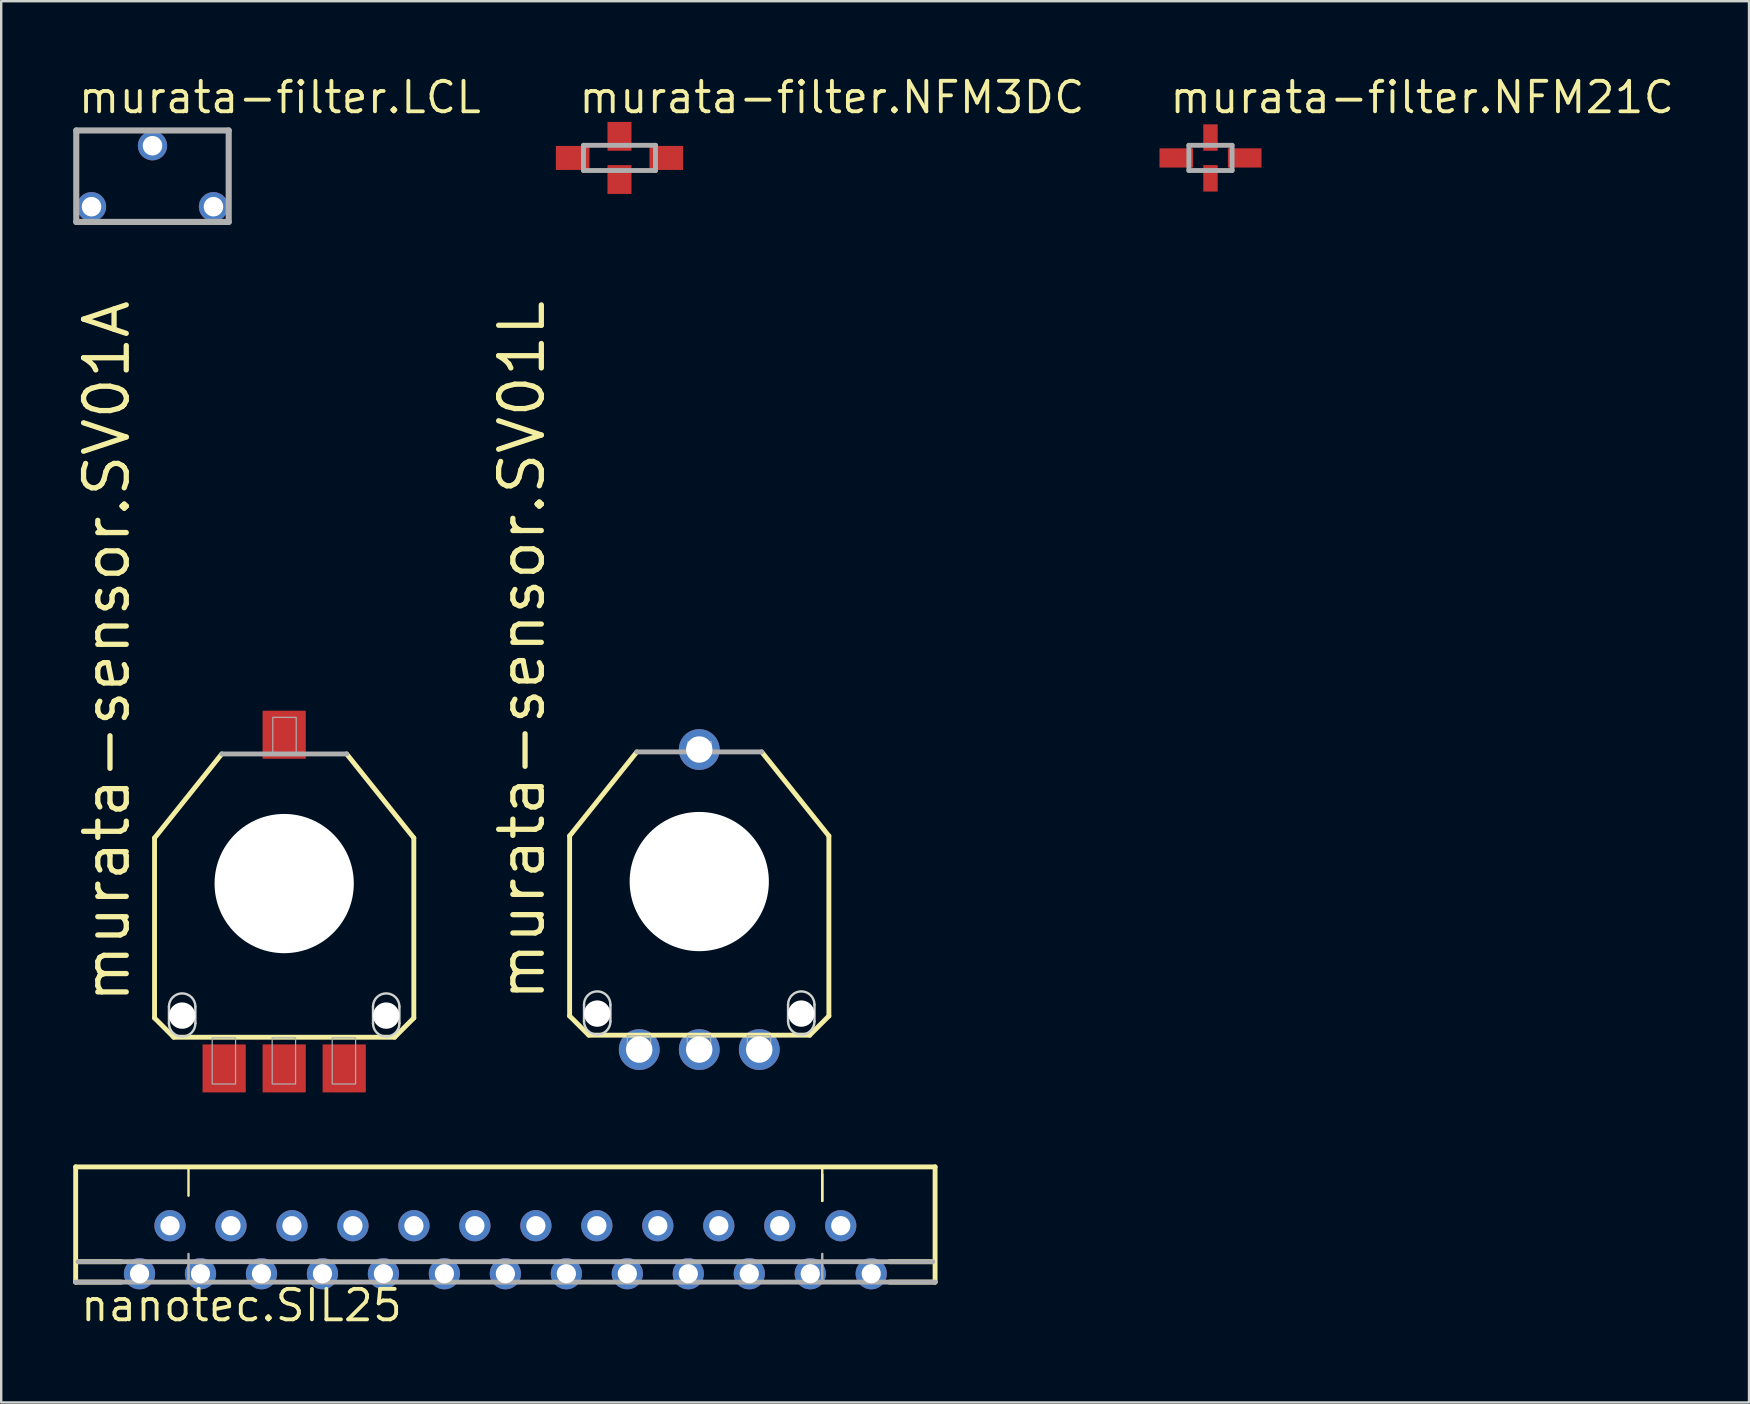
<source format=kicad_pcb>
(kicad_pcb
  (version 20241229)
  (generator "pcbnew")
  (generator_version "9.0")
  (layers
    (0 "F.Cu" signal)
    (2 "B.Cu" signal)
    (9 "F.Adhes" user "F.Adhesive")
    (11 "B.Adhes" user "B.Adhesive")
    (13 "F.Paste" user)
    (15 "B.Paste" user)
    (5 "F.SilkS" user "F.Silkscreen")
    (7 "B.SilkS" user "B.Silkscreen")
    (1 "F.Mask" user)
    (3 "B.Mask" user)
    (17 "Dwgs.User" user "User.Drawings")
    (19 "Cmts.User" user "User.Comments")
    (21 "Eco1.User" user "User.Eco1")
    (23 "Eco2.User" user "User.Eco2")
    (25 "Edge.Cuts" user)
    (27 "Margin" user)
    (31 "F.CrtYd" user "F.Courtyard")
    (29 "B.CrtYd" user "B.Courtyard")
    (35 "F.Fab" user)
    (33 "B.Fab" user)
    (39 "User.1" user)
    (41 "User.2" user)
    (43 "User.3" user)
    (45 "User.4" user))
  (footprint "murata-sensor.SV01L"
    (layer "F.Cu")
    (at 26.078 33.672)
    (property "Reference" "murata-sensor.SV01L" (at -6.35 5.08 90) (layer "F.SilkS") (effects (font (size 1.778 1.778) (thickness 0.22)) (justify left bottom)))
    (attr through_hole)
    (fp_line (start -5.4 -1.9) (end -5.4 5.6) (stroke (width 0.203) (type default)) (layer "F.SilkS"))
    (fp_line (start -5.4 5.6) (end -4.6 6.4) (stroke (width 0.203) (type default)) (layer "F.SilkS"))
    (fp_line (start -4.6 6.4) (end 4.6 6.4) (stroke (width 0.203) (type default)) (layer "F.SilkS"))
    (fp_line (start -2.6 -5.4) (end -5.4 -1.9) (stroke (width 0.203) (type default)) (layer "F.SilkS"))
    (fp_line (start 4.6 6.4) (end 5.4 5.6) (stroke (width 0.203) (type default)) (layer "F.SilkS"))
    (fp_line (start 5.4 -1.9) (end 2.6 -5.4) (stroke (width 0.203) (type default)) (layer "F.SilkS"))
    (fp_line (start 5.4 5.6) (end 5.4 -1.9) (stroke (width 0.203) (type default)) (layer "F.SilkS"))
    (fp_line (start -4.8 5.825) (end -4.8 5.125) (stroke (width 0.1) (type default)) (layer "Edge.Cuts"))
    (fp_line (start -3.7 5.125) (end -3.7 5.825) (stroke (width 0.1) (type default)) (layer "Edge.Cuts"))
    (fp_line (start 3.7 5.825) (end 3.7 5.125) (stroke (width 0.1) (type default)) (layer "Edge.Cuts"))
    (fp_line (start 4.8 5.125) (end 4.8 5.825) (stroke (width 0.1) (type default)) (layer "Edge.Cuts"))
    (fp_arc (start -4.8 5.125) (mid -4.25 4.575) (end -3.7 5.125) (stroke (width 0.1) (type default)) (layer "Edge.Cuts"))
    (fp_arc (start -3.7 5.825) (mid -4.25 6.375) (end -4.8 5.825) (stroke (width 0.1) (type default)) (layer "Edge.Cuts"))
    (fp_arc (start 3.7 5.125) (mid 4.25 4.575) (end 4.8 5.125) (stroke (width 0.1) (type default)) (layer "Edge.Cuts"))
    (fp_arc (start 4.8 5.825) (mid 4.25 6.375) (end 3.7 5.825) (stroke (width 0.1) (type default)) (layer "Edge.Cuts"))
    (fp_line (start -1.725 -1) (end 1.725 -1) (stroke (width 0.203) (type default)) (layer "F.Fab"))
    (fp_line (start 2.6 -5.4) (end -2.6 -5.4) (stroke (width 0.203) (type default)) (layer "F.Fab"))
    (fp_rect (start -3 7.15) (end -2.025 6.425) (stroke (width 0.05) (type default)) (fill no) (layer "F.Fab"))
    (fp_rect (start -0.5 7.15) (end 0.475 6.425) (stroke (width 0.05) (type default)) (fill no) (layer "F.Fab"))
    (fp_rect (start -0.475 -5.3) (end 0.5 -5.825) (stroke (width 0.05) (type default)) (fill no) (layer "F.Fab"))
    (fp_rect (start 2 7.15) (end 2.975 6.425) (stroke (width 0.05) (type default)) (fill no) (layer "F.Fab"))
    (fp_arc (start -1.725 -1) (mid 0 -1.993897) (end 1.725 -1) (stroke (width 0.2032) (type default)) (layer "F.Fab"))
    (pad "" np_thru_hole circle (at -4.25 5.5) (size 1.1 1.1) (drill 1.1) (layers "*.Cu" "*.Mask"))
    (pad "" np_thru_hole circle (at 0 0) (size 5.8 5.8) (drill 5.8) (layers "*.Cu" "*.Mask"))
    (pad "" np_thru_hole circle (at 4.25 5.5) (size 1.1 1.1) (drill 1.1) (layers "*.Cu" "*.Mask"))
    (pad "1" thru_hole circle (at -2.5 7) (size 1.7 1.7) (drill 1.1) (layers "*.Cu" "*.Mask"))
    (pad "2" thru_hole circle (at 0 7) (size 1.7 1.7) (drill 1.1) (layers "*.Cu" "*.Mask"))
    (pad "3" thru_hole circle (at 2.5 7) (size 1.7 1.7) (drill 1.1) (layers "*.Cu" "*.Mask"))
    (pad "4" thru_hole circle (at 0 -5.5) (size 1.7 1.7) (drill 1.1) (layers "*.Cu" "*.Mask")))
  (footprint "murata-filter.LCL"
    (layer "F.Cu")
    (at 3.302 4.29)
    (property "Reference" "murata-filter.LCL" (at -3.175 -2.54 0) (layer "F.SilkS") (effects (font (size 1.27 1.27) (thickness 0.16)) (justify left bottom)))
    (attr through_hole)
    (fp_line (start -3.175 -1.905) (end -3.175 1.905) (stroke (width 0.254) (type default)) (layer "F.Fab"))
    (fp_line (start -3.175 1.905) (end 3.175 1.905) (stroke (width 0.254) (type default)) (layer "F.Fab"))
    (fp_line (start 3.175 -1.905) (end -3.175 -1.905) (stroke (width 0.254) (type default)) (layer "F.Fab"))
    (fp_line (start 3.175 1.905) (end 3.175 -1.905) (stroke (width 0.254) (type default)) (layer "F.Fab"))
    (pad "0" thru_hole circle (at 0 -1.27) (size 1.219 1.219) (drill 0.813) (layers "*.Cu" "*.Mask"))
    (pad "1" thru_hole circle (at -2.54 1.27) (size 1.219 1.219) (drill 0.813) (layers "*.Cu" "*.Mask"))
    (pad "2" thru_hole circle (at 2.54 1.27) (size 1.219 1.219) (drill 0.813) (layers "*.Cu" "*.Mask")))
  (footprint "murata-filter.NFM3DC"
    (layer "F.Cu")
    (at 22.755 3.528)
    (property "Reference" "murata-filter.NFM3DC" (at -1.778 -1.778 0) (layer "F.SilkS") (effects (font (size 1.27 1.27) (thickness 0.16)) (justify left bottom)))
    (attr smd)
    (fp_line (start -1.5 -0.525) (end 1.5 -0.525) (stroke (width 0.203) (type default)) (layer "F.Fab"))
    (fp_line (start -1.5 0.525) (end -1.5 -0.525) (stroke (width 0.203) (type default)) (layer "F.Fab"))
    (fp_line (start 1.5 -0.525) (end 1.5 0.525) (stroke (width 0.203) (type default)) (layer "F.Fab"))
    (fp_line (start 1.5 0.525) (end -1.5 0.525) (stroke (width 0.203) (type default)) (layer "F.Fab"))
    (pad "1" smd roundrect (at -1.95 0) (size 1.4 1) (layers "F.Cu" "F.Mask" "F.Paste") (roundrect_rratio 0.01))
    (pad "2@1" smd roundrect (at 0 0.9) (size 1 1.2) (layers "F.Cu" "F.Mask" "F.Paste") (roundrect_rratio 0.01))
    (pad "2@2" smd roundrect (at 0 -0.9) (size 1 1.2) (layers "F.Cu" "F.Mask" "F.Paste") (roundrect_rratio 0.01))
    (pad "3" smd roundrect (at 1.95 0) (size 1.4 1) (layers "F.Cu" "F.Mask" "F.Paste") (roundrect_rratio 0.01)))
  (footprint "nanotec.SIL25"
    (layer "F.Cu")
    (at 18.002 48.008)
    (property "Reference" "nanotec.SIL25" (at -17.78 4.064 0) (layer "F.SilkS") (effects (font (size 1.27 1.27) (thickness 0.16)) (justify left bottom)))
    (attr through_hole)
    (fp_line (start -17.9 -2.45) (end -17.9 2.35) (stroke (width 0.203) (type default)) (layer "F.SilkS"))
    (fp_line (start -17.9 2.35) (end -16 2.35) (stroke (width 0.203) (type default)) (layer "F.SilkS"))
    (fp_line (start -17.8 1.5) (end -16 1.5) (stroke (width 0.203) (type default)) (layer "F.SilkS"))
    (fp_line (start -13.2 -2.35) (end -13.2 -1.033) (stroke (width 0.1) (type dash)) (layer "F.SilkS"))
    (fp_line (start 13.2 -1.033) (end 13.2 -2.4) (stroke (width 0.1) (type default)) (layer "F.SilkS"))
    (fp_line (start 13.2 -1.033) (end 13.2 -2.4) (stroke (width 0.1) (type dash)) (layer "F.SilkS"))
    (fp_line (start 16 1.5) (end 17.8 1.5) (stroke (width 0.203) (type default)) (layer "F.SilkS"))
    (fp_line (start 16 2.35) (end 17.9 2.35) (stroke (width 0.203) (type default)) (layer "F.SilkS"))
    (fp_line (start 17.9 -2.45) (end -17.9 -2.45) (stroke (width 0.203) (type default)) (layer "F.SilkS"))
    (fp_line (start 17.9 2.35) (end 17.9 -2.45) (stroke (width 0.203) (type default)) (layer "F.SilkS"))
    (fp_line (start -17.9 2.35) (end 17.9 2.35) (stroke (width 0.203) (type default)) (layer "F.Fab"))
    (fp_line (start -17.8 1.5) (end 17.8 1.5) (stroke (width 0.203) (type default)) (layer "F.Fab"))
    (fp_line (start -13.2 2.275) (end -13.2 1.008) (stroke (width 0.1) (type dash)) (layer "F.Fab"))
    (fp_line (start 13.2 2.275) (end 13.2 1.058) (stroke (width 0.1) (type dash)) (layer "F.Fab"))
    (pad "1" thru_hole circle (at -15.24 2 90) (size 1.3 1.3) (drill 0.8) (layers "*.Cu" "*.Mask"))
    (pad "2" thru_hole circle (at -13.97 0 90) (size 1.3 1.3) (drill 0.8) (layers "*.Cu" "*.Mask"))
    (pad "3" thru_hole circle (at -12.7 2 90) (size 1.3 1.3) (drill 0.8) (layers "*.Cu" "*.Mask"))
    (pad "4" thru_hole circle (at -11.43 0 90) (size 1.3 1.3) (drill 0.8) (layers "*.Cu" "*.Mask"))
    (pad "5" thru_hole circle (at -10.16 2 90) (size 1.3 1.3) (drill 0.8) (layers "*.Cu" "*.Mask"))
    (pad "6" thru_hole circle (at -8.89 0 90) (size 1.3 1.3) (drill 0.8) (layers "*.Cu" "*.Mask"))
    (pad "7" thru_hole circle (at -7.62 2 90) (size 1.3 1.3) (drill 0.8) (layers "*.Cu" "*.Mask"))
    (pad "8" thru_hole circle (at -6.35 0 90) (size 1.3 1.3) (drill 0.8) (layers "*.Cu" "*.Mask"))
    (pad "9" thru_hole circle (at -5.08 2 90) (size 1.3 1.3) (drill 0.8) (layers "*.Cu" "*.Mask"))
    (pad "10" thru_hole circle (at -3.81 0 90) (size 1.3 1.3) (drill 0.8) (layers "*.Cu" "*.Mask"))
    (pad "11" thru_hole circle (at -2.54 2 90) (size 1.3 1.3) (drill 0.8) (layers "*.Cu" "*.Mask"))
    (pad "12" thru_hole circle (at -1.27 0 90) (size 1.3 1.3) (drill 0.8) (layers "*.Cu" "*.Mask"))
    (pad "13" thru_hole circle (at 0 2 90) (size 1.3 1.3) (drill 0.8) (layers "*.Cu" "*.Mask"))
    (pad "14" thru_hole circle (at 1.27 0 90) (size 1.3 1.3) (drill 0.8) (layers "*.Cu" "*.Mask"))
    (pad "15" thru_hole circle (at 2.54 2 90) (size 1.3 1.3) (drill 0.8) (layers "*.Cu" "*.Mask"))
    (pad "16" thru_hole circle (at 3.81 0 90) (size 1.3 1.3) (drill 0.8) (layers "*.Cu" "*.Mask"))
    (pad "17" thru_hole circle (at 5.08 2 90) (size 1.3 1.3) (drill 0.8) (layers "*.Cu" "*.Mask"))
    (pad "18" thru_hole circle (at 6.35 0 90) (size 1.3 1.3) (drill 0.8) (layers "*.Cu" "*.Mask"))
    (pad "19" thru_hole circle (at 7.62 2 90) (size 1.3 1.3) (drill 0.8) (layers "*.Cu" "*.Mask"))
    (pad "20" thru_hole circle (at 8.89 0 90) (size 1.3 1.3) (drill 0.8) (layers "*.Cu" "*.Mask"))
    (pad "21" thru_hole circle (at 10.16 2 270) (size 1.3 1.3) (drill 0.8) (layers "*.Cu" "*.Mask"))
    (pad "22" thru_hole circle (at 11.43 0 90) (size 1.3 1.3) (drill 0.8) (layers "*.Cu" "*.Mask"))
    (pad "23" thru_hole circle (at 12.7 2 90) (size 1.3 1.3) (drill 0.8) (layers "*.Cu" "*.Mask"))
    (pad "24" thru_hole circle (at 13.97 0 90) (size 1.3 1.3) (drill 0.8) (layers "*.Cu" "*.Mask"))
    (pad "25" thru_hole circle (at 15.24 2 90) (size 1.3 1.3) (drill 0.8) (layers "*.Cu" "*.Mask")))
  (footprint "murata-filter.NFM21C"
    (layer "F.Cu")
    (at 47.374 3.528)
    (property "Reference" "murata-filter.NFM21C" (at -1.778 -1.778 0) (layer "F.SilkS") (effects (font (size 1.27 1.27) (thickness 0.16)) (justify left bottom)))
    (attr smd)
    (fp_line (start -0.9 -0.525) (end 0.9 -0.525) (stroke (width 0.203) (type default)) (layer "F.Fab"))
    (fp_line (start -0.9 0.525) (end -0.9 -0.525) (stroke (width 0.203) (type default)) (layer "F.Fab"))
    (fp_line (start 0.9 -0.525) (end 0.9 0.525) (stroke (width 0.203) (type default)) (layer "F.Fab"))
    (fp_line (start 0.9 0.525) (end -0.9 0.525) (stroke (width 0.203) (type default)) (layer "F.Fab"))
    (pad "1" smd roundrect (at -1.425 0) (size 1.4 0.8) (layers "F.Cu" "F.Mask" "F.Paste") (roundrect_rratio 0.01))
    (pad "2@1" smd roundrect (at 0 0.85) (size 0.6 1.1) (layers "F.Cu" "F.Mask" "F.Paste") (roundrect_rratio 0.01))
    (pad "2@2" smd roundrect (at 0 -0.85) (size 0.6 1.1) (layers "F.Cu" "F.Mask" "F.Paste") (roundrect_rratio 0.01))
    (pad "3" smd roundrect (at 1.425 0) (size 1.4 0.8) (layers "F.Cu" "F.Mask" "F.Paste") (roundrect_rratio 0.01)))
  (footprint "murata-sensor.SV01A"
    (layer "F.Cu")
    (at 8.788 33.756)
    (property "Reference" "murata-sensor.SV01A" (at -6.35 5.08 90) (layer "F.SilkS") (effects (font (size 1.778 1.778) (thickness 0.22)) (justify left bottom)))
    (attr smd)
    (fp_line (start -5.4 -1.9) (end -5.4 5.6) (stroke (width 0.203) (type default)) (layer "F.SilkS"))
    (fp_line (start -5.4 5.6) (end -4.6 6.4) (stroke (width 0.203) (type default)) (layer "F.SilkS"))
    (fp_line (start -4.6 6.4) (end 4.6 6.4) (stroke (width 0.203) (type default)) (layer "F.SilkS"))
    (fp_line (start -2.6 -5.4) (end -5.4 -1.9) (stroke (width 0.203) (type default)) (layer "F.SilkS"))
    (fp_line (start 4.6 6.4) (end 5.4 5.6) (stroke (width 0.203) (type default)) (layer "F.SilkS"))
    (fp_line (start 5.4 -1.9) (end 2.6 -5.4) (stroke (width 0.203) (type default)) (layer "F.SilkS"))
    (fp_line (start 5.4 5.6) (end 5.4 -1.9) (stroke (width 0.203) (type default)) (layer "F.SilkS"))
    (fp_line (start -4.8 5.825) (end -4.8 5.125) (stroke (width 0.1) (type default)) (layer "Edge.Cuts"))
    (fp_line (start -3.7 5.125) (end -3.7 5.825) (stroke (width 0.1) (type default)) (layer "Edge.Cuts"))
    (fp_line (start 3.7 5.825) (end 3.7 5.125) (stroke (width 0.1) (type default)) (layer "Edge.Cuts"))
    (fp_line (start 4.8 5.125) (end 4.8 5.825) (stroke (width 0.1) (type default)) (layer "Edge.Cuts"))
    (fp_arc (start -4.8 5.125) (mid -4.25 4.575) (end -3.7 5.125) (stroke (width 0.1) (type default)) (layer "Edge.Cuts"))
    (fp_arc (start -3.7 5.825) (mid -4.25 6.375) (end -4.8 5.825) (stroke (width 0.1) (type default)) (layer "Edge.Cuts"))
    (fp_arc (start 3.7 5.125) (mid 4.25 4.575) (end 4.8 5.125) (stroke (width 0.1) (type default)) (layer "Edge.Cuts"))
    (fp_arc (start 4.8 5.825) (mid 4.25 6.375) (end 3.7 5.825) (stroke (width 0.1) (type default)) (layer "Edge.Cuts"))
    (fp_line (start -1.725 -1) (end 1.725 -1) (stroke (width 0.203) (type default)) (layer "F.Fab"))
    (fp_line (start 2.6 -5.4) (end -2.6 -5.4) (stroke (width 0.203) (type default)) (layer "F.Fab"))
    (fp_rect (start -3 8.35) (end -2.025 6.425) (stroke (width 0.05) (type default)) (fill no) (layer "F.Fab"))
    (fp_rect (start -0.5 8.35) (end 0.475 6.425) (stroke (width 0.05) (type default)) (fill no) (layer "F.Fab"))
    (fp_rect (start -0.475 -5.35) (end 0.5 -6.925) (stroke (width 0.05) (type default)) (fill no) (layer "F.Fab"))
    (fp_rect (start 2 8.35) (end 2.975 6.425) (stroke (width 0.05) (type default)) (fill no) (layer "F.Fab"))
    (fp_arc (start -1.725 -1) (mid 0 -1.993897) (end 1.725 -1) (stroke (width 0.2032) (type default)) (layer "F.Fab"))
    (pad "" np_thru_hole circle (at -4.25 5.5) (size 1.1 1.1) (drill 1.1) (layers "*.Cu" "*.Mask"))
    (pad "" np_thru_hole circle (at 0 0) (size 5.8 5.8) (drill 5.8) (layers "*.Cu" "*.Mask"))
    (pad "" np_thru_hole circle (at 4.25 5.5) (size 1.1 1.1) (drill 1.1) (layers "*.Cu" "*.Mask"))
    (pad "1" smd roundrect (at -2.5 7.7) (size 1.8 2) (layers "F.Cu" "F.Mask" "F.Paste") (roundrect_rratio 0.01))
    (pad "2" smd roundrect (at 0 7.7) (size 1.8 2) (layers "F.Cu" "F.Mask" "F.Paste") (roundrect_rratio 0.01))
    (pad "2@1" smd roundrect (at 0 -6.2) (size 1.8 2) (layers "F.Cu" "F.Mask" "F.Paste") (roundrect_rratio 0.01))
    (pad "3" smd roundrect (at 2.5 7.7) (size 1.8 2) (layers "F.Cu" "F.Mask" "F.Paste") (roundrect_rratio 0.01)))
  (gr_rect
    (start -3 -3)
    (end 69.807 55.37)
    (stroke (width 0.1) (type default))
    (fill no)
    (layer "Edge.Cuts")))
</source>
